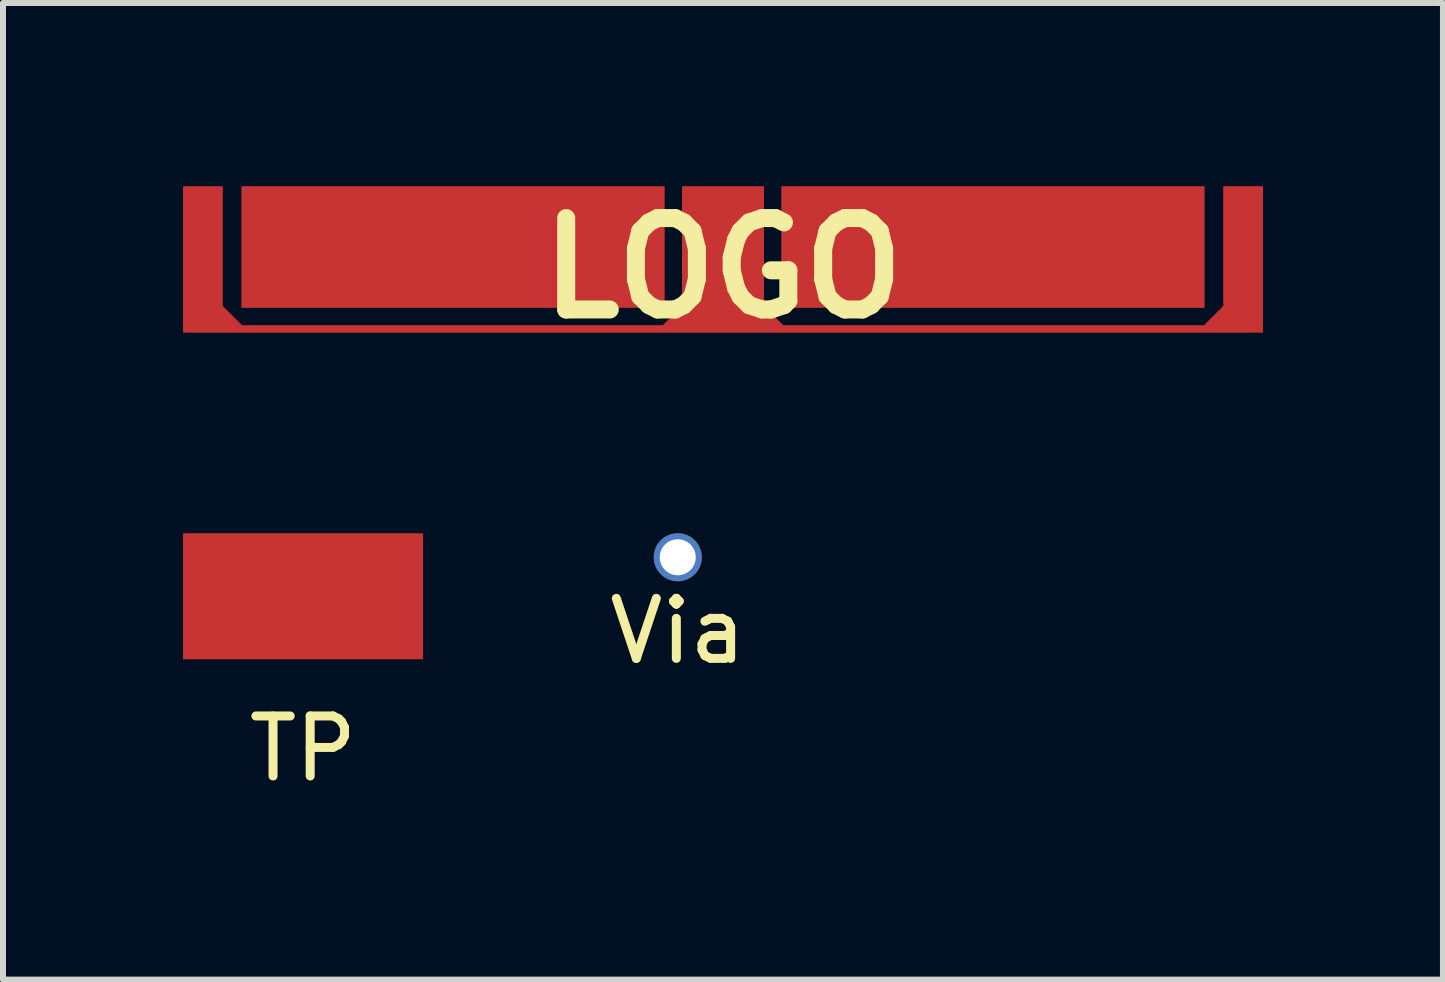
<source format=kicad_pcb>
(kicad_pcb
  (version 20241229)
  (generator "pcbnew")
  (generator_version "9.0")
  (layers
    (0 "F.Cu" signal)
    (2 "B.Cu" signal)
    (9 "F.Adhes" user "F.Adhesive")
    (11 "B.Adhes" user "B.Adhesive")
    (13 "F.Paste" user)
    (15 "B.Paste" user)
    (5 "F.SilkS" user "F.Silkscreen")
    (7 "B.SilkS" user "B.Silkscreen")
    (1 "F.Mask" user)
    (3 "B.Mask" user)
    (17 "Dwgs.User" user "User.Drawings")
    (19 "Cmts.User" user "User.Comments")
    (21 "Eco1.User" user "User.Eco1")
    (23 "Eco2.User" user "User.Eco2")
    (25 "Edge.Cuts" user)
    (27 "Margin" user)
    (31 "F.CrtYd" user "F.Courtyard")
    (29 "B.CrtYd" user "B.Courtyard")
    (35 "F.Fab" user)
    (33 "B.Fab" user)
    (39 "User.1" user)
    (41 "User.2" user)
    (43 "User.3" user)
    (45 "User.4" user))
  (footprint "TP"
    (layer "F.Cu")
    (at 2 6.886)
    (property "Reference" "TP" (at 0 2.54 0) (layer "F.SilkS") (effects (font (size 1 1) (thickness 0.15))))
    (attr through_hole)
    (pad "1" smd rect (at 0 0) (size 4 2.1) (layers "F.Cu" "F.Mask" "F.Paste")))
  (footprint "LOGO"
    (layer "F.Cu")
    (at 8.998 1.418)
    (property "Reference" "LOGO" (at 0 0 0) (layer "F.SilkS") (effects (font (size 1.524 1.524) (thickness 0.3))))
    (attr through_hole)
    (fp_poly (pts (xy -0.972 0.662) (xy -8.025 0.662) (xy -8.025 -1.365) (xy -0.972 -1.365) (xy -0.972 0.662)) (stroke (width 0) (type solid)) (fill yes) (layer "F.Cu"))
    (fp_poly (pts (xy 8.025 0.662) (xy 0.972 0.662) (xy 0.972 -1.365) (xy 8.025 -1.365) (xy 8.025 0.662)) (stroke (width 0) (type solid)) (fill yes) (layer "F.Cu"))
    (fp_poly (pts (xy -8.336 0.632) (xy -8.014 0.951) (xy -1.002 0.951) (xy -0.683 0.63) (xy -0.683 -1.365) (xy 0.683 -1.365) (xy 0.683 0.632) (xy 1.004 0.951) (xy 8.016 0.951) (xy 8.336 0.63) (xy 8.336 -1.365) (xy 8.998 -1.365) (xy 8.998 1.076) (xy -8.998 1.076) (xy -8.998 -1.365) (xy -8.336 -1.365) (xy -8.336 0.632)) (stroke (width 0) (type solid)) (fill yes) (layer "F.Cu")))
  (footprint "Via"
    (layer "F.Cu")
    (at 8.244 6.236)
    (property "Reference" "Via" (at 0 1.23 0) (layer "F.SilkS") (effects (font (size 1 1) (thickness 0.15))))
    (attr through_hole)
    (pad "1" thru_hole circle (at 0 0) (size 0.8 0.8) (drill 0.6) (layers "*.Cu" "*.Mask")))
  (gr_rect
    (start -3 -3)
    (end 20.995 13.274)
    (stroke (width 0.1) (type default))
    (fill no)
    (layer "Edge.Cuts")))
</source>
